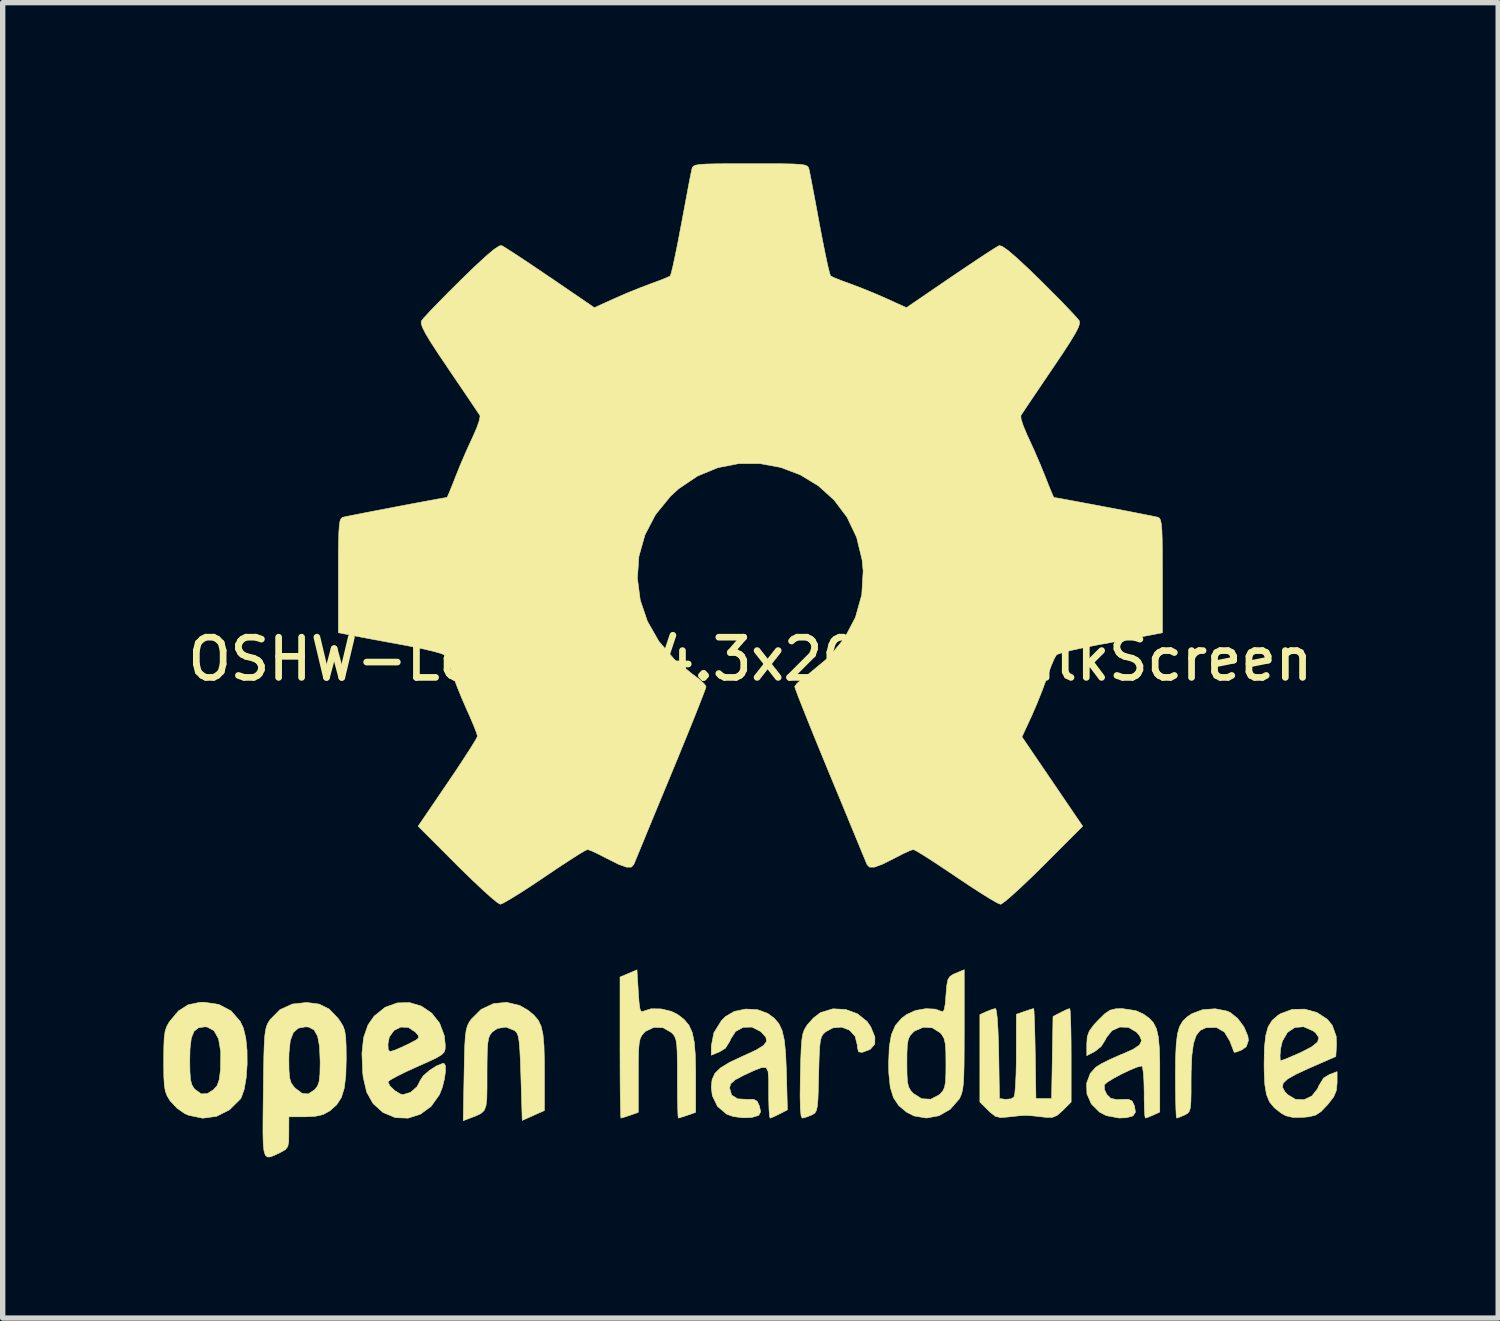
<source format=kicad_pcb>
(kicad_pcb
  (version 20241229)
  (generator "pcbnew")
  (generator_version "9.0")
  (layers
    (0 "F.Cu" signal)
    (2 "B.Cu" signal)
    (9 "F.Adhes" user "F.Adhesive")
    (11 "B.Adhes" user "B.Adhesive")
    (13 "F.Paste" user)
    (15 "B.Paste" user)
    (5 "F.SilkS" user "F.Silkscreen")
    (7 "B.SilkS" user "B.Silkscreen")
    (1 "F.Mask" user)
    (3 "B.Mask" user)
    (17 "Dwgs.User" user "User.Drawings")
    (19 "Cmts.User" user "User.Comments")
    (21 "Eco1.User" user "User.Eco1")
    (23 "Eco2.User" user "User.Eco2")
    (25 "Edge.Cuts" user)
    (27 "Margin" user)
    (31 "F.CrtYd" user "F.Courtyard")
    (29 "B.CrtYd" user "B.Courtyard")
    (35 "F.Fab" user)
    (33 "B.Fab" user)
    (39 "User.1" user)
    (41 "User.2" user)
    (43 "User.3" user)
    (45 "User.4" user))
  (footprint "OSHW-Logo2_24.3x20mm_SilkScreen"
    (layer "F.Cu")
    (at 10.953 9.25)
    (property "Reference" "OSHW-Logo2_24.3x20mm_SilkScreen" (at 0 0 0) (layer "F.SilkS") (effects (font (size 0.75 0.75) (thickness 0.125))))
    (attr exclude_from_pos_files exclude_from_bom allow_missing_courtyard)
    (fp_poly (pts (xy 8.893 6.567) (xy 8.951 6.592) (xy 9.09 6.702) (xy 9.209 6.861) (xy 9.282 7.031) (xy 9.294 7.114) (xy 9.254 7.231) (xy 9.166 7.293) (xy 9.072 7.33) (xy 9.029 7.337) (xy 9.008 7.287) (xy 8.966 7.178) (xy 8.948 7.129) (xy 8.846 6.959) (xy 8.698 6.874) (xy 8.509 6.877) (xy 8.495 6.88) (xy 8.393 6.928) (xy 8.319 7.021) (xy 8.268 7.172) (xy 8.238 7.391) (xy 8.225 7.69) (xy 8.223 7.849) (xy 8.223 8.1) (xy 8.219 8.271) (xy 8.208 8.379) (xy 8.187 8.443) (xy 8.153 8.48) (xy 8.102 8.506) (xy 8.099 8.508) (xy 8.002 8.549) (xy 7.953 8.564) (xy 7.946 8.518) (xy 7.94 8.391) (xy 7.935 8.199) (xy 7.932 7.959) (xy 7.931 7.783) (xy 7.934 7.443) (xy 7.946 7.184) (xy 7.969 6.993) (xy 8.009 6.854) (xy 8.07 6.752) (xy 8.154 6.672) (xy 8.238 6.616) (xy 8.439 6.541) (xy 8.673 6.524) (xy 8.893 6.567)) (stroke (width 0.01) (type solid)) (fill yes) (layer "F.SilkS"))
    (fp_poly (pts (xy -4.304 6.463) (xy -4.148 6.553) (xy -4.04 6.643) (xy -3.96 6.737) (xy -3.905 6.852) (xy -3.871 7.004) (xy -3.852 7.211) (xy -3.845 7.488) (xy -3.844 7.688) (xy -3.844 8.423) (xy -4.051 8.515) (xy -4.258 8.608) (xy -4.282 7.803) (xy -4.292 7.503) (xy -4.303 7.285) (xy -4.316 7.134) (xy -4.333 7.036) (xy -4.357 6.976) (xy -4.39 6.938) (xy -4.401 6.93) (xy -4.56 6.866) (xy -4.721 6.891) (xy -4.817 6.958) (xy -4.856 7.006) (xy -4.883 7.068) (xy -4.9 7.162) (xy -4.91 7.306) (xy -4.914 7.516) (xy -4.915 7.735) (xy -4.915 8.01) (xy -4.919 8.205) (xy -4.935 8.336) (xy -4.968 8.421) (xy -5.026 8.476) (xy -5.113 8.519) (xy -5.231 8.564) (xy -5.359 8.613) (xy -5.343 7.749) (xy -5.337 7.438) (xy -5.33 7.207) (xy -5.32 7.043) (xy -5.304 6.927) (xy -5.282 6.844) (xy -5.25 6.779) (xy -5.211 6.721) (xy -5.025 6.536) (xy -4.797 6.429) (xy -4.55 6.404) (xy -4.304 6.463)) (stroke (width 0.01) (type solid)) (fill yes) (layer "F.SilkS"))
    (fp_poly (pts (xy 1.777 6.537) (xy 1.998 6.618) (xy 2.177 6.762) (xy 2.247 6.864) (xy 2.323 7.05) (xy 2.321 7.185) (xy 2.241 7.276) (xy 2.212 7.291) (xy 2.084 7.339) (xy 2.018 7.327) (xy 1.996 7.246) (xy 1.995 7.202) (xy 1.954 7.038) (xy 1.849 6.923) (xy 1.702 6.867) (xy 1.538 6.881) (xy 1.404 6.954) (xy 1.359 6.995) (xy 1.327 7.045) (xy 1.306 7.121) (xy 1.292 7.239) (xy 1.283 7.417) (xy 1.276 7.67) (xy 1.274 7.75) (xy 1.267 8.025) (xy 1.26 8.218) (xy 1.248 8.346) (xy 1.23 8.425) (xy 1.203 8.47) (xy 1.163 8.497) (xy 1.138 8.509) (xy 1.03 8.55) (xy 0.966 8.564) (xy 0.945 8.519) (xy 0.932 8.381) (xy 0.927 8.15) (xy 0.931 7.824) (xy 0.932 7.773) (xy 0.939 7.476) (xy 0.948 7.258) (xy 0.96 7.104) (xy 0.978 6.996) (xy 1.005 6.918) (xy 1.043 6.852) (xy 1.062 6.824) (xy 1.174 6.698) (xy 1.3 6.601) (xy 1.315 6.593) (xy 1.54 6.525) (xy 1.777 6.537)) (stroke (width 0.01) (type solid)) (fill yes) (layer "F.SilkS"))
    (fp_poly (pts (xy -2.092 6.206) (xy -2.078 6.405) (xy -2.062 6.523) (xy -2.039 6.574) (xy -2.006 6.574) (xy -1.995 6.568) (xy -1.852 6.524) (xy -1.665 6.527) (xy -1.476 6.572) (xy -1.357 6.631) (xy -1.236 6.725) (xy -1.147 6.831) (xy -1.086 6.966) (xy -1.048 7.146) (xy -1.028 7.388) (xy -1.022 7.707) (xy -1.022 7.769) (xy -1.022 8.457) (xy -1.175 8.511) (xy -1.284 8.547) (xy -1.344 8.564) (xy -1.345 8.564) (xy -1.351 8.518) (xy -1.356 8.392) (xy -1.36 8.201) (xy -1.362 7.963) (xy -1.362 7.818) (xy -1.363 7.533) (xy -1.367 7.328) (xy -1.375 7.188) (xy -1.391 7.096) (xy -1.416 7.035) (xy -1.452 6.989) (xy -1.475 6.967) (xy -1.632 6.877) (xy -1.803 6.871) (xy -1.958 6.946) (xy -1.987 6.974) (xy -2.029 7.025) (xy -2.058 7.086) (xy -2.076 7.174) (xy -2.087 7.307) (xy -2.091 7.502) (xy -2.092 7.772) (xy -2.092 8.457) (xy -2.246 8.511) (xy -2.354 8.547) (xy -2.414 8.564) (xy -2.416 8.564) (xy -2.42 8.517) (xy -2.424 8.386) (xy -2.428 8.182) (xy -2.431 7.919) (xy -2.432 7.608) (xy -2.433 7.263) (xy -2.433 7.248) (xy -2.433 5.932) (xy -2.117 5.798) (xy -2.092 6.206)) (stroke (width 0.01) (type solid)) (fill yes) (layer "F.SilkS"))
    (fp_poly (pts (xy 5.967 6.566) (xy 5.974 6.694) (xy 5.98 6.889) (xy 5.984 7.135) (xy 5.985 7.392) (xy 5.985 8.265) (xy 5.831 8.419) (xy 5.725 8.513) (xy 5.632 8.552) (xy 5.505 8.549) (xy 5.454 8.543) (xy 5.296 8.525) (xy 5.165 8.515) (xy 5.134 8.514) (xy 5.026 8.52) (xy 4.873 8.536) (xy 4.813 8.543) (xy 4.667 8.555) (xy 4.569 8.53) (xy 4.471 8.453) (xy 4.436 8.419) (xy 4.282 8.265) (xy 4.282 6.633) (xy 4.406 6.577) (xy 4.513 6.535) (xy 4.575 6.52) (xy 4.591 6.567) (xy 4.606 6.696) (xy 4.619 6.894) (xy 4.629 7.146) (xy 4.634 7.36) (xy 4.647 8.199) (xy 4.763 8.215) (xy 4.869 8.204) (xy 4.92 8.167) (xy 4.935 8.097) (xy 4.947 7.949) (xy 4.957 7.741) (xy 4.962 7.493) (xy 4.962 7.364) (xy 4.963 6.627) (xy 5.116 6.574) (xy 5.225 6.537) (xy 5.284 6.52) (xy 5.286 6.52) (xy 5.292 6.566) (xy 5.298 6.694) (xy 5.305 6.888) (xy 5.311 7.132) (xy 5.315 7.36) (xy 5.328 8.199) (xy 5.62 8.199) (xy 5.634 7.433) (xy 5.647 6.668) (xy 5.789 6.594) (xy 5.894 6.543) (xy 5.957 6.52) (xy 5.958 6.52) (xy 5.967 6.566)) (stroke (width 0.01) (type solid)) (fill yes) (layer "F.SilkS"))
    (fp_poly (pts (xy -9.92 6.443) (xy -9.692 6.563) (xy -9.523 6.756) (xy -9.463 6.88) (xy -9.417 7.067) (xy -9.393 7.302) (xy -9.391 7.559) (xy -9.409 7.81) (xy -9.446 8.027) (xy -9.502 8.183) (xy -9.519 8.21) (xy -9.721 8.41) (xy -9.961 8.531) (xy -10.221 8.566) (xy -10.485 8.511) (xy -10.558 8.479) (xy -10.701 8.378) (xy -10.826 8.245) (xy -10.838 8.228) (xy -10.886 8.147) (xy -10.918 8.06) (xy -10.937 7.945) (xy -10.946 7.782) (xy -10.948 7.546) (xy -10.948 7.493) (xy -10.948 7.477) (xy -10.462 7.477) (xy -10.459 7.699) (xy -10.448 7.846) (xy -10.424 7.941) (xy -10.385 8.007) (xy -10.364 8.029) (xy -10.248 8.112) (xy -10.135 8.108) (xy -10.021 8.036) (xy -9.952 7.959) (xy -9.912 7.846) (xy -9.889 7.669) (xy -9.888 7.648) (xy -9.884 7.327) (xy -9.924 7.088) (xy -10.009 6.934) (xy -10.136 6.865) (xy -10.182 6.861) (xy -10.301 6.88) (xy -10.383 6.945) (xy -10.433 7.071) (xy -10.457 7.269) (xy -10.462 7.477) (xy -10.948 7.477) (xy -10.946 7.243) (xy -10.939 7.068) (xy -10.922 6.946) (xy -10.893 6.857) (xy -10.849 6.778) (xy -10.839 6.763) (xy -10.673 6.565) (xy -10.493 6.45) (xy -10.273 6.404) (xy -10.199 6.402) (xy -9.92 6.443)) (stroke (width 0.01) (type solid)) (fill yes) (layer "F.SilkS"))
    (fp_poly (pts (xy 10.572 6.594) (xy 10.765 6.72) (xy 10.858 6.833) (xy 10.931 7.037) (xy 10.937 7.199) (xy 10.924 7.415) (xy 10.425 7.633) (xy 10.183 7.745) (xy 10.024 7.835) (xy 9.942 7.912) (xy 9.928 7.988) (xy 9.973 8.071) (xy 10.024 8.126) (xy 10.171 8.214) (xy 10.33 8.221) (xy 10.477 8.152) (xy 10.585 8.015) (xy 10.604 7.967) (xy 10.696 7.816) (xy 10.803 7.752) (xy 10.948 7.697) (xy 10.948 7.905) (xy 10.935 8.047) (xy 10.885 8.167) (xy 10.779 8.304) (xy 10.763 8.322) (xy 10.646 8.444) (xy 10.545 8.51) (xy 10.418 8.54) (xy 10.313 8.55) (xy 10.126 8.552) (xy 9.992 8.521) (xy 9.909 8.475) (xy 9.778 8.373) (xy 9.687 8.263) (xy 9.63 8.124) (xy 9.599 7.937) (xy 9.587 7.682) (xy 9.586 7.552) (xy 9.589 7.396) (xy 9.883 7.396) (xy 9.887 7.48) (xy 9.895 7.493) (xy 9.951 7.475) (xy 10.072 7.426) (xy 10.233 7.356) (xy 10.267 7.341) (xy 10.47 7.237) (xy 10.583 7.146) (xy 10.607 7.061) (xy 10.548 6.975) (xy 10.5 6.937) (xy 10.324 6.86) (xy 10.159 6.873) (xy 10.021 6.966) (xy 9.926 7.131) (xy 9.895 7.262) (xy 9.883 7.396) (xy 9.589 7.396) (xy 9.592 7.249) (xy 9.616 7.025) (xy 9.661 6.862) (xy 9.736 6.741) (xy 9.845 6.646) (xy 9.892 6.616) (xy 10.108 6.536) (xy 10.344 6.531) (xy 10.572 6.594)) (stroke (width 0.01) (type solid)) (fill yes) (layer "F.SilkS"))
    (fp_poly (pts (xy 3.99 6.924) (xy 3.989 7.288) (xy 3.987 7.568) (xy 3.982 7.777) (xy 3.973 7.929) (xy 3.959 8.037) (xy 3.939 8.115) (xy 3.913 8.177) (xy 3.893 8.212) (xy 3.727 8.401) (xy 3.518 8.52) (xy 3.285 8.563) (xy 3.053 8.524) (xy 2.915 8.454) (xy 2.769 8.332) (xy 2.67 8.184) (xy 2.61 7.991) (xy 2.583 7.732) (xy 2.579 7.542) (xy 2.58 7.529) (xy 2.92 7.529) (xy 2.922 7.746) (xy 2.931 7.89) (xy 2.953 7.984) (xy 2.992 8.053) (xy 3.039 8.104) (xy 3.196 8.203) (xy 3.365 8.212) (xy 3.524 8.129) (xy 3.537 8.118) (xy 3.59 8.059) (xy 3.623 7.99) (xy 3.641 7.886) (xy 3.648 7.726) (xy 3.649 7.549) (xy 3.647 7.326) (xy 3.637 7.178) (xy 3.614 7.08) (xy 3.575 7.011) (xy 3.544 6.974) (xy 3.396 6.88) (xy 3.226 6.869) (xy 3.063 6.94) (xy 3.032 6.967) (xy 2.979 7.026) (xy 2.946 7.096) (xy 2.928 7.2) (xy 2.921 7.362) (xy 2.92 7.529) (xy 2.58 7.529) (xy 2.591 7.237) (xy 2.631 7.007) (xy 2.706 6.834) (xy 2.823 6.7) (xy 2.915 6.631) (xy 3.081 6.556) (xy 3.273 6.522) (xy 3.452 6.531) (xy 3.552 6.568) (xy 3.591 6.579) (xy 3.617 6.539) (xy 3.636 6.433) (xy 3.649 6.271) (xy 3.664 6.091) (xy 3.685 5.982) (xy 3.724 5.92) (xy 3.79 5.879) (xy 3.832 5.861) (xy 3.99 5.795) (xy 3.99 6.924)) (stroke (width 0.01) (type solid)) (fill yes) (layer "F.SilkS"))
    (fp_poly (pts (xy -6.141 6.474) (xy -5.949 6.604) (xy -5.801 6.79) (xy -5.712 7.027) (xy -5.694 7.202) (xy -5.696 7.275) (xy -5.713 7.33) (xy -5.76 7.38) (xy -5.851 7.436) (xy -6.002 7.508) (xy -6.227 7.608) (xy -6.228 7.609) (xy -6.435 7.703) (xy -6.605 7.788) (xy -6.72 7.852) (xy -6.764 7.888) (xy -6.764 7.888) (xy -6.726 7.966) (xy -6.636 8.052) (xy -6.534 8.114) (xy -6.482 8.126) (xy -6.341 8.084) (xy -6.22 7.977) (xy -6.16 7.86) (xy -6.103 7.774) (xy -5.991 7.676) (xy -5.86 7.591) (xy -5.744 7.545) (xy -5.719 7.542) (xy -5.692 7.584) (xy -5.69 7.691) (xy -5.71 7.834) (xy -5.748 7.988) (xy -5.8 8.122) (xy -5.803 8.128) (xy -5.958 8.345) (xy -6.159 8.492) (xy -6.388 8.565) (xy -6.626 8.556) (xy -6.853 8.461) (xy -6.863 8.454) (xy -7.042 8.292) (xy -7.16 8.081) (xy -7.225 7.803) (xy -7.234 7.724) (xy -7.249 7.356) (xy -7.231 7.184) (xy -6.764 7.184) (xy -6.758 7.291) (xy -6.724 7.322) (xy -6.642 7.299) (xy -6.511 7.243) (xy -6.365 7.174) (xy -6.362 7.172) (xy -6.238 7.107) (xy -6.189 7.064) (xy -6.201 7.018) (xy -6.252 6.959) (xy -6.383 6.872) (xy -6.524 6.866) (xy -6.651 6.929) (xy -6.738 7.05) (xy -6.764 7.184) (xy -7.231 7.184) (xy -7.217 7.06) (xy -7.136 6.826) (xy -7.022 6.662) (xy -6.817 6.497) (xy -6.591 6.415) (xy -6.36 6.409) (xy -6.141 6.474)) (stroke (width 0.01) (type solid)) (fill yes) (layer "F.SilkS"))
    (fp_poly (pts (xy 0.133 6.541) (xy 0.324 6.611) (xy 0.326 6.613) (xy 0.444 6.7) (xy 0.531 6.801) (xy 0.592 6.933) (xy 0.633 7.112) (xy 0.657 7.354) (xy 0.671 7.675) (xy 0.673 7.721) (xy 0.69 8.411) (xy 0.542 8.487) (xy 0.435 8.539) (xy 0.37 8.564) (xy 0.367 8.564) (xy 0.356 8.519) (xy 0.347 8.397) (xy 0.342 8.218) (xy 0.341 8.074) (xy 0.341 7.84) (xy 0.33 7.693) (xy 0.293 7.623) (xy 0.213 7.62) (xy 0.075 7.673) (xy -0.134 7.77) (xy -0.287 7.851) (xy -0.366 7.922) (xy -0.389 7.998) (xy -0.389 8.002) (xy -0.351 8.134) (xy -0.238 8.205) (xy -0.064 8.215) (xy 0.061 8.214) (xy 0.126 8.25) (xy 0.167 8.336) (xy 0.191 8.446) (xy 0.157 8.509) (xy 0.144 8.517) (xy 0.023 8.553) (xy -0.146 8.558) (xy -0.32 8.535) (xy -0.443 8.491) (xy -0.614 8.346) (xy -0.711 8.145) (xy -0.73 7.987) (xy -0.715 7.845) (xy -0.662 7.729) (xy -0.557 7.626) (xy -0.387 7.523) (xy -0.137 7.406) (xy -0.122 7.4) (xy 0.103 7.296) (xy 0.242 7.211) (xy 0.302 7.134) (xy 0.289 7.056) (xy 0.21 6.967) (xy 0.186 6.946) (xy 0.029 6.866) (xy -0.134 6.87) (xy -0.277 6.948) (xy -0.371 7.093) (xy -0.38 7.121) (xy -0.465 7.259) (xy -0.573 7.326) (xy -0.73 7.391) (xy -0.73 7.221) (xy -0.682 6.973) (xy -0.541 6.746) (xy -0.467 6.67) (xy -0.3 6.573) (xy -0.087 6.529) (xy 0.133 6.541)) (stroke (width 0.01) (type solid)) (fill yes) (layer "F.SilkS"))
    (fp_poly (pts (xy -8.047 6.437) (xy -7.861 6.529) (xy -7.697 6.7) (xy -7.652 6.763) (xy -7.602 6.846) (xy -7.57 6.936) (xy -7.552 7.056) (xy -7.544 7.229) (xy -7.542 7.457) (xy -7.55 7.77) (xy -7.579 8.005) (xy -7.633 8.18) (xy -7.719 8.314) (xy -7.843 8.425) (xy -7.852 8.431) (xy -7.974 8.498) (xy -8.121 8.531) (xy -8.308 8.54) (xy -8.612 8.54) (xy -8.613 8.835) (xy -8.615 8.999) (xy -8.633 9.096) (xy -8.678 9.153) (xy -8.764 9.202) (xy -8.785 9.212) (xy -8.882 9.258) (xy -8.957 9.288) (xy -9.012 9.29) (xy -9.052 9.256) (xy -9.077 9.176) (xy -9.091 9.04) (xy -9.096 8.838) (xy -9.095 8.56) (xy -9.091 8.198) (xy -9.089 8.09) (xy -9.085 7.716) (xy -9.08 7.471) (xy -8.613 7.471) (xy -8.61 7.679) (xy -8.598 7.815) (xy -8.572 7.904) (xy -8.525 7.973) (xy -8.493 8.007) (xy -8.363 8.105) (xy -8.248 8.113) (xy -8.129 8.032) (xy -8.126 8.029) (xy -8.078 7.966) (xy -8.048 7.881) (xy -8.033 7.75) (xy -8.029 7.549) (xy -8.029 7.504) (xy -8.04 7.228) (xy -8.076 7.036) (xy -8.142 6.919) (xy -8.242 6.866) (xy -8.299 6.861) (xy -8.436 6.886) (xy -8.529 6.968) (xy -8.586 7.117) (xy -8.61 7.346) (xy -8.613 7.471) (xy -9.08 7.471) (xy -9.08 7.427) (xy -9.073 7.209) (xy -9.064 7.05) (xy -9.05 6.937) (xy -9.032 6.858) (xy -9.007 6.798) (xy -8.975 6.746) (xy -8.962 6.726) (xy -8.779 6.541) (xy -8.548 6.436) (xy -8.28 6.407) (xy -8.047 6.437)) (stroke (width 0.01) (type solid)) (fill yes) (layer "F.SilkS"))
    (fp_poly (pts (xy 7.191 6.559) (xy 7.331 6.622) (xy 7.441 6.7) (xy 7.521 6.786) (xy 7.577 6.897) (xy 7.612 7.05) (xy 7.631 7.259) (xy 7.639 7.541) (xy 7.639 7.727) (xy 7.639 8.451) (xy 7.516 8.508) (xy 7.418 8.549) (xy 7.37 8.564) (xy 7.36 8.519) (xy 7.353 8.397) (xy 7.348 8.219) (xy 7.348 8.077) (xy 7.343 7.873) (xy 7.332 7.711) (xy 7.316 7.612) (xy 7.303 7.591) (xy 7.217 7.612) (xy 7.082 7.668) (xy 6.925 7.742) (xy 6.775 7.823) (xy 6.659 7.895) (xy 6.604 7.944) (xy 6.604 7.945) (xy 6.609 8.036) (xy 6.651 8.124) (xy 6.724 8.195) (xy 6.832 8.219) (xy 6.923 8.216) (xy 7.053 8.214) (xy 7.121 8.244) (xy 7.162 8.325) (xy 7.167 8.34) (xy 7.185 8.454) (xy 7.138 8.524) (xy 7.014 8.557) (xy 6.88 8.563) (xy 6.64 8.518) (xy 6.515 8.453) (xy 6.362 8.3) (xy 6.28 8.113) (xy 6.273 7.915) (xy 6.342 7.731) (xy 6.445 7.615) (xy 6.549 7.55) (xy 6.711 7.469) (xy 6.901 7.385) (xy 6.933 7.373) (xy 7.141 7.281) (xy 7.261 7.2) (xy 7.3 7.119) (xy 7.263 7.029) (xy 7.202 6.958) (xy 7.055 6.871) (xy 6.894 6.865) (xy 6.747 6.932) (xy 6.64 7.066) (xy 6.626 7.1) (xy 6.545 7.227) (xy 6.427 7.321) (xy 6.277 7.399) (xy 6.277 7.179) (xy 6.286 7.045) (xy 6.324 6.94) (xy 6.407 6.827) (xy 6.488 6.74) (xy 6.613 6.617) (xy 6.71 6.551) (xy 6.814 6.525) (xy 6.932 6.52) (xy 7.191 6.559)) (stroke (width 0.01) (type solid)) (fill yes) (layer "F.SilkS"))
    (fp_poly (pts (xy 0.348 -9.245) (xy 0.612 -9.244) (xy 0.802 -9.24) (xy 0.932 -9.232) (xy 1.014 -9.22) (xy 1.06 -9.201) (xy 1.083 -9.175) (xy 1.094 -9.14) (xy 1.095 -9.136) (xy 1.112 -9.055) (xy 1.143 -8.895) (xy 1.185 -8.674) (xy 1.235 -8.408) (xy 1.289 -8.114) (xy 1.291 -8.103) (xy 1.346 -7.815) (xy 1.397 -7.561) (xy 1.441 -7.355) (xy 1.475 -7.214) (xy 1.496 -7.151) (xy 1.497 -7.15) (xy 1.558 -7.12) (xy 1.684 -7.069) (xy 1.848 -7.009) (xy 1.849 -7.009) (xy 2.055 -6.931) (xy 2.299 -6.832) (xy 2.528 -6.733) (xy 2.539 -6.728) (xy 2.912 -6.559) (xy 3.739 -7.124) (xy 3.993 -7.296) (xy 4.223 -7.45) (xy 4.416 -7.577) (xy 4.558 -7.668) (xy 4.636 -7.714) (xy 4.643 -7.718) (xy 4.7 -7.702) (xy 4.806 -7.628) (xy 4.966 -7.491) (xy 5.184 -7.289) (xy 5.406 -7.073) (xy 5.619 -6.86) (xy 5.811 -6.667) (xy 5.968 -6.503) (xy 6.08 -6.382) (xy 6.135 -6.316) (xy 6.137 -6.313) (xy 6.143 -6.267) (xy 6.121 -6.193) (xy 6.063 -6.08) (xy 5.965 -5.918) (xy 5.822 -5.697) (xy 5.63 -5.413) (xy 5.46 -5.162) (xy 5.309 -4.938) (xy 5.183 -4.752) (xy 5.094 -4.618) (xy 5.049 -4.549) (xy 5.046 -4.545) (xy 5.051 -4.479) (xy 5.093 -4.351) (xy 5.163 -4.184) (xy 5.188 -4.131) (xy 5.296 -3.895) (xy 5.412 -3.626) (xy 5.506 -3.394) (xy 5.574 -3.222) (xy 5.628 -3.091) (xy 5.659 -3.022) (xy 5.662 -3.017) (xy 5.72 -3.008) (xy 5.854 -2.984) (xy 6.049 -2.948) (xy 6.285 -2.904) (xy 6.545 -2.855) (xy 6.811 -2.805) (xy 7.065 -2.756) (xy 7.289 -2.712) (xy 7.465 -2.677) (xy 7.576 -2.654) (xy 7.603 -2.648) (xy 7.631 -2.632) (xy 7.652 -2.596) (xy 7.667 -2.527) (xy 7.678 -2.415) (xy 7.684 -2.245) (xy 7.687 -2.007) (xy 7.688 -1.688) (xy 7.688 -1.557) (xy 7.688 -0.493) (xy 7.433 -0.443) (xy 7.291 -0.416) (xy 7.078 -0.376) (xy 6.822 -0.328) (xy 6.548 -0.278) (xy 6.472 -0.264) (xy 6.218 -0.214) (xy 5.997 -0.166) (xy 5.828 -0.123) (xy 5.728 -0.089) (xy 5.711 -0.079) (xy 5.67 -0.009) (xy 5.612 0.127) (xy 5.547 0.303) (xy 5.534 0.341) (xy 5.449 0.575) (xy 5.343 0.84) (xy 5.24 1.077) (xy 5.239 1.078) (xy 5.067 1.451) (xy 5.634 2.284) (xy 6.2 3.117) (xy 5.473 3.845) (xy 5.253 4.062) (xy 5.052 4.253) (xy 4.882 4.409) (xy 4.754 4.518) (xy 4.679 4.571) (xy 4.668 4.574) (xy 4.605 4.548) (xy 4.476 4.474) (xy 4.296 4.362) (xy 4.078 4.221) (xy 3.842 4.063) (xy 3.602 3.902) (xy 3.389 3.761) (xy 3.215 3.65) (xy 3.094 3.578) (xy 3.04 3.552) (xy 2.974 3.574) (xy 2.849 3.631) (xy 2.691 3.712) (xy 2.674 3.721) (xy 2.461 3.828) (xy 2.314 3.881) (xy 2.223 3.881) (xy 2.176 3.833) (xy 2.176 3.832) (xy 2.152 3.774) (xy 2.095 3.637) (xy 2.01 3.431) (xy 1.901 3.167) (xy 1.773 2.856) (xy 1.629 2.508) (xy 1.489 2.171) (xy 1.336 1.799) (xy 1.195 1.454) (xy 1.071 1.147) (xy 0.968 0.889) (xy 0.89 0.69) (xy 0.842 0.561) (xy 0.827 0.512) (xy 0.865 0.457) (xy 0.962 0.369) (xy 1.093 0.271) (xy 1.464 -0.037) (xy 1.755 -0.39) (xy 1.96 -0.78) (xy 2.078 -1.201) (xy 2.104 -1.644) (xy 2.085 -1.849) (xy 1.982 -2.274) (xy 1.803 -2.649) (xy 1.561 -2.97) (xy 1.267 -3.235) (xy 0.931 -3.439) (xy 0.564 -3.578) (xy 0.178 -3.649) (xy -0.216 -3.649) (xy -0.608 -3.573) (xy -0.986 -3.417) (xy -1.34 -3.179) (xy -1.487 -3.044) (xy -1.77 -2.698) (xy -1.967 -2.32) (xy -2.08 -1.921) (xy -2.109 -1.512) (xy -2.056 -1.103) (xy -1.922 -0.707) (xy -1.709 -0.334) (xy -1.418 0.006) (xy -1.093 0.271) (xy -0.957 0.373) (xy -0.862 0.46) (xy -0.827 0.512) (xy -0.845 0.569) (xy -0.897 0.706) (xy -0.977 0.911) (xy -1.082 1.174) (xy -1.208 1.484) (xy -1.35 1.832) (xy -1.49 2.171) (xy -1.644 2.543) (xy -1.787 2.888) (xy -1.914 3.195) (xy -2.02 3.454) (xy -2.103 3.654) (xy -2.156 3.783) (xy -2.176 3.832) (xy -2.223 3.881) (xy -2.313 3.881) (xy -2.459 3.829) (xy -2.672 3.722) (xy -2.674 3.721) (xy -2.834 3.639) (xy -2.964 3.578) (xy -3.037 3.552) (xy -3.04 3.552) (xy -3.095 3.578) (xy -3.217 3.651) (xy -3.391 3.763) (xy -3.605 3.903) (xy -3.842 4.063) (xy -4.083 4.225) (xy -4.3 4.365) (xy -4.48 4.476) (xy -4.607 4.549) (xy -4.668 4.574) (xy -4.724 4.541) (xy -4.837 4.448) (xy -4.995 4.306) (xy -5.187 4.125) (xy -5.403 3.915) (xy -5.473 3.845) (xy -6.2 3.117) (xy -5.647 2.304) (xy -5.478 2.054) (xy -5.331 1.83) (xy -5.212 1.645) (xy -5.13 1.511) (xy -5.094 1.442) (xy -5.093 1.437) (xy -5.112 1.371) (xy -5.163 1.24) (xy -5.238 1.064) (xy -5.291 0.947) (xy -5.389 0.721) (xy -5.481 0.494) (xy -5.553 0.302) (xy -5.572 0.243) (xy -5.627 0.087) (xy -5.681 -0.034) (xy -5.711 -0.079) (xy -5.776 -0.107) (xy -5.919 -0.147) (xy -6.121 -0.194) (xy -6.363 -0.243) (xy -6.472 -0.264) (xy -6.747 -0.314) (xy -7.011 -0.363) (xy -7.238 -0.406) (xy -7.402 -0.437) (xy -7.433 -0.443) (xy -7.688 -0.493) (xy -7.688 -1.557) (xy -7.688 -1.907) (xy -7.685 -2.172) (xy -7.68 -2.363) (xy -7.671 -2.494) (xy -7.658 -2.577) (xy -7.639 -2.622) (xy -7.613 -2.644) (xy -7.603 -2.648) (xy -7.54 -2.662) (xy -7.4 -2.69) (xy -7.202 -2.729) (xy -6.964 -2.775) (xy -6.703 -2.825) (xy -6.437 -2.876) (xy -6.185 -2.923) (xy -5.963 -2.964) (xy -5.791 -2.996) (xy -5.686 -3.014) (xy -5.662 -3.017) (xy -5.641 -3.059) (xy -5.594 -3.171) (xy -5.53 -3.331) (xy -5.506 -3.394) (xy -5.408 -3.637) (xy -5.292 -3.905) (xy -5.188 -4.131) (xy -5.111 -4.304) (xy -5.061 -4.446) (xy -5.044 -4.533) (xy -5.046 -4.545) (xy -5.082 -4.6) (xy -5.164 -4.722) (xy -5.283 -4.899) (xy -5.431 -5.117) (xy -5.598 -5.363) (xy -5.631 -5.412) (xy -5.825 -5.7) (xy -5.968 -5.92) (xy -6.064 -6.08) (xy -6.121 -6.193) (xy -6.144 -6.266) (xy -6.138 -6.312) (xy -6.138 -6.312) (xy -6.09 -6.372) (xy -5.983 -6.488) (xy -5.83 -6.647) (xy -5.642 -6.838) (xy -5.429 -7.049) (xy -5.406 -7.073) (xy -5.138 -7.332) (xy -4.932 -7.522) (xy -4.783 -7.647) (xy -4.686 -7.71) (xy -4.643 -7.718) (xy -4.581 -7.682) (xy -4.452 -7.6) (xy -4.27 -7.481) (xy -4.047 -7.332) (xy -3.798 -7.163) (xy -3.739 -7.124) (xy -2.912 -6.559) (xy -2.539 -6.728) (xy -2.312 -6.827) (xy -2.068 -6.926) (xy -1.858 -7.006) (xy -1.849 -7.009) (xy -1.685 -7.069) (xy -1.559 -7.12) (xy -1.497 -7.15) (xy -1.497 -7.15) (xy -1.477 -7.205) (xy -1.444 -7.341) (xy -1.401 -7.542) (xy -1.35 -7.793) (xy -1.296 -8.079) (xy -1.291 -8.103) (xy -1.236 -8.398) (xy -1.186 -8.665) (xy -1.144 -8.889) (xy -1.112 -9.051) (xy -1.095 -9.134) (xy -1.095 -9.136) (xy -1.084 -9.171) (xy -1.064 -9.198) (xy -1.021 -9.218) (xy -0.944 -9.231) (xy -0.82 -9.239) (xy -0.636 -9.243) (xy -0.382 -9.245) (xy -0.044 -9.245) (xy 0 -9.245) (xy 0.348 -9.245)) (stroke (width 0.01) (type solid)) (fill yes) (layer "F.SilkS")))
  (gr_rect
    (start -3 -3)
    (end 24.907 21.546)
    (stroke (width 0.1) (type default))
    (fill no)
    (layer "Edge.Cuts")))
</source>
